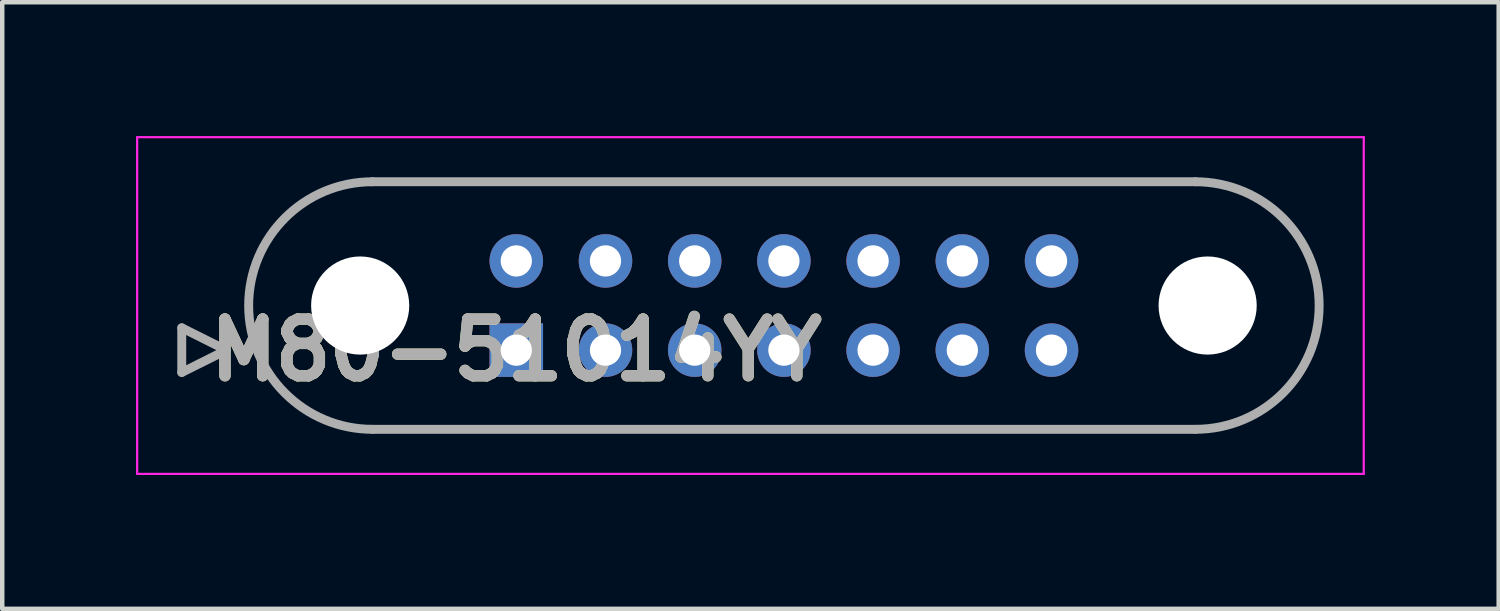
<source format=kicad_pcb>
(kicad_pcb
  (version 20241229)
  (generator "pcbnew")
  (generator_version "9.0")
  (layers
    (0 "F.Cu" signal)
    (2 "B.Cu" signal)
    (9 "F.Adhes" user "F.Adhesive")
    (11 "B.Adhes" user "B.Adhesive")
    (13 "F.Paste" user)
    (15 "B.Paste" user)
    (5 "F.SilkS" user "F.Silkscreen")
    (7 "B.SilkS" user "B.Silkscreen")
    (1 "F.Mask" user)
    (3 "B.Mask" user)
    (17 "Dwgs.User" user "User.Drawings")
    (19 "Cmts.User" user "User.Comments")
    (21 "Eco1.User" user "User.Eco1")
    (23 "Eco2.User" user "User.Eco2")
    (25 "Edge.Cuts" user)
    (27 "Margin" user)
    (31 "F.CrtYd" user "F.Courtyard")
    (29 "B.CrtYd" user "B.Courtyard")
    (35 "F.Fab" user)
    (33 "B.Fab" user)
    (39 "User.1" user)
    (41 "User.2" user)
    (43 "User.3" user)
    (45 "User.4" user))
  (footprint "M80-51014YY"
    (layer "F.Cu")
    (at 8.525 4.8)
    (property "Reference" "M80-51014YY" (at 0 0 0) (layer "F.SilkS") (effects (font (size 1.27 1.27) (thickness 0.254))))
    (attr through_hole)
    (fp_line (start -7.5 -0.5) (end -6.5 0) (stroke (width 0.1) (type solid)) (layer "F.SilkS"))
    (fp_line (start -7.5 0.5) (end -7.5 -0.5) (stroke (width 0.1) (type solid)) (layer "F.SilkS"))
    (fp_line (start -6.5 0) (end -7.5 0.5) (stroke (width 0.1) (type solid)) (layer "F.SilkS"))
    (fp_line (start -3.225 -3.775) (end 15.225 -3.775) (stroke (width 0.1) (type solid)) (layer "F.SilkS"))
    (fp_line (start 15.225 1.775) (end -3.225 1.775) (stroke (width 0.1) (type solid)) (layer "F.SilkS"))
    (fp_arc (start -3.225 1.775) (mid -6 -1) (end -3.225 -3.775) (stroke (width 0.1) (type solid)) (layer "F.SilkS"))
    (fp_arc (start 15.225 -3.775) (mid 18 -1) (end 15.225 1.775) (stroke (width 0.1) (type solid)) (layer "F.SilkS"))
    (fp_line (start -8.5 -4.775) (end 19 -4.775) (stroke (width 0.05) (type solid)) (layer "F.CrtYd"))
    (fp_line (start -8.5 2.775) (end -8.5 -4.775) (stroke (width 0.05) (type solid)) (layer "F.CrtYd"))
    (fp_line (start 19 -4.775) (end 19 2.775) (stroke (width 0.05) (type solid)) (layer "F.CrtYd"))
    (fp_line (start 19 2.775) (end -8.5 2.775) (stroke (width 0.05) (type solid)) (layer "F.CrtYd"))
    (fp_line (start -7.5 -0.5) (end -6.5 0) (stroke (width 0.2) (type solid)) (layer "F.Fab"))
    (fp_line (start -7.5 0.5) (end -7.5 -0.5) (stroke (width 0.2) (type solid)) (layer "F.Fab"))
    (fp_line (start -6.5 0) (end -7.5 0.5) (stroke (width 0.2) (type solid)) (layer "F.Fab"))
    (fp_line (start -3.225 -3.775) (end 15.225 -3.775) (stroke (width 0.2) (type solid)) (layer "F.Fab"))
    (fp_line (start 15.225 1.775) (end -3.225 1.775) (stroke (width 0.2) (type solid)) (layer "F.Fab"))
    (fp_arc (start -3.225 1.775) (mid -6 -1) (end -3.225 -3.775) (stroke (width 0.2) (type solid)) (layer "F.Fab"))
    (fp_arc (start 15.225 -3.775) (mid 18 -1) (end 15.225 1.775) (stroke (width 0.2) (type solid)) (layer "F.Fab"))
    (fp_text user "${REFERENCE}" (at 0 0 0) (layer "F.Fab") (effects (font (size 1.27 1.27) (thickness 0.254))))
    (pad "" np_thru_hole circle (at -3.5 -1) (size 2.2 2.2) (drill 2.2) (layers "*.Cu" "*.Mask"))
    (pad "" np_thru_hole circle (at 15.5 -1) (size 2.2 2.2) (drill 2.2) (layers "*.Cu" "*.Mask"))
    (pad "1" thru_hole rect (at 0 0) (size 1.2 1.2) (drill 0.7) (layers "*.Cu" "*.Mask"))
    (pad "2" thru_hole circle (at 2 0) (size 1.2 1.2) (drill 0.7) (layers "*.Cu" "*.Mask"))
    (pad "3" thru_hole circle (at 4 0) (size 1.2 1.2) (drill 0.7) (layers "*.Cu" "*.Mask"))
    (pad "4" thru_hole circle (at 6 0) (size 1.2 1.2) (drill 0.7) (layers "*.Cu" "*.Mask"))
    (pad "5" thru_hole circle (at 8 0) (size 1.2 1.2) (drill 0.7) (layers "*.Cu" "*.Mask"))
    (pad "6" thru_hole circle (at 10 0) (size 1.2 1.2) (drill 0.7) (layers "*.Cu" "*.Mask"))
    (pad "7" thru_hole circle (at 12 0) (size 1.2 1.2) (drill 0.7) (layers "*.Cu" "*.Mask"))
    (pad "8" thru_hole circle (at 0 -2) (size 1.2 1.2) (drill 0.7) (layers "*.Cu" "*.Mask"))
    (pad "9" thru_hole circle (at 2 -2) (size 1.2 1.2) (drill 0.7) (layers "*.Cu" "*.Mask"))
    (pad "10" thru_hole circle (at 4 -2) (size 1.2 1.2) (drill 0.7) (layers "*.Cu" "*.Mask"))
    (pad "11" thru_hole circle (at 6 -2) (size 1.2 1.2) (drill 0.7) (layers "*.Cu" "*.Mask"))
    (pad "12" thru_hole circle (at 8 -2) (size 1.2 1.2) (drill 0.7) (layers "*.Cu" "*.Mask"))
    (pad "13" thru_hole circle (at 10 -2) (size 1.2 1.2) (drill 0.7) (layers "*.Cu" "*.Mask"))
    (pad "14" thru_hole circle (at 12 -2) (size 1.2 1.2) (drill 0.7) (layers "*.Cu" "*.Mask")))
  (gr_rect
    (start -3 -3)
    (end 30.55 10.6)
    (stroke (width 0.1) (type default))
    (fill no)
    (layer "Edge.Cuts")))
</source>
